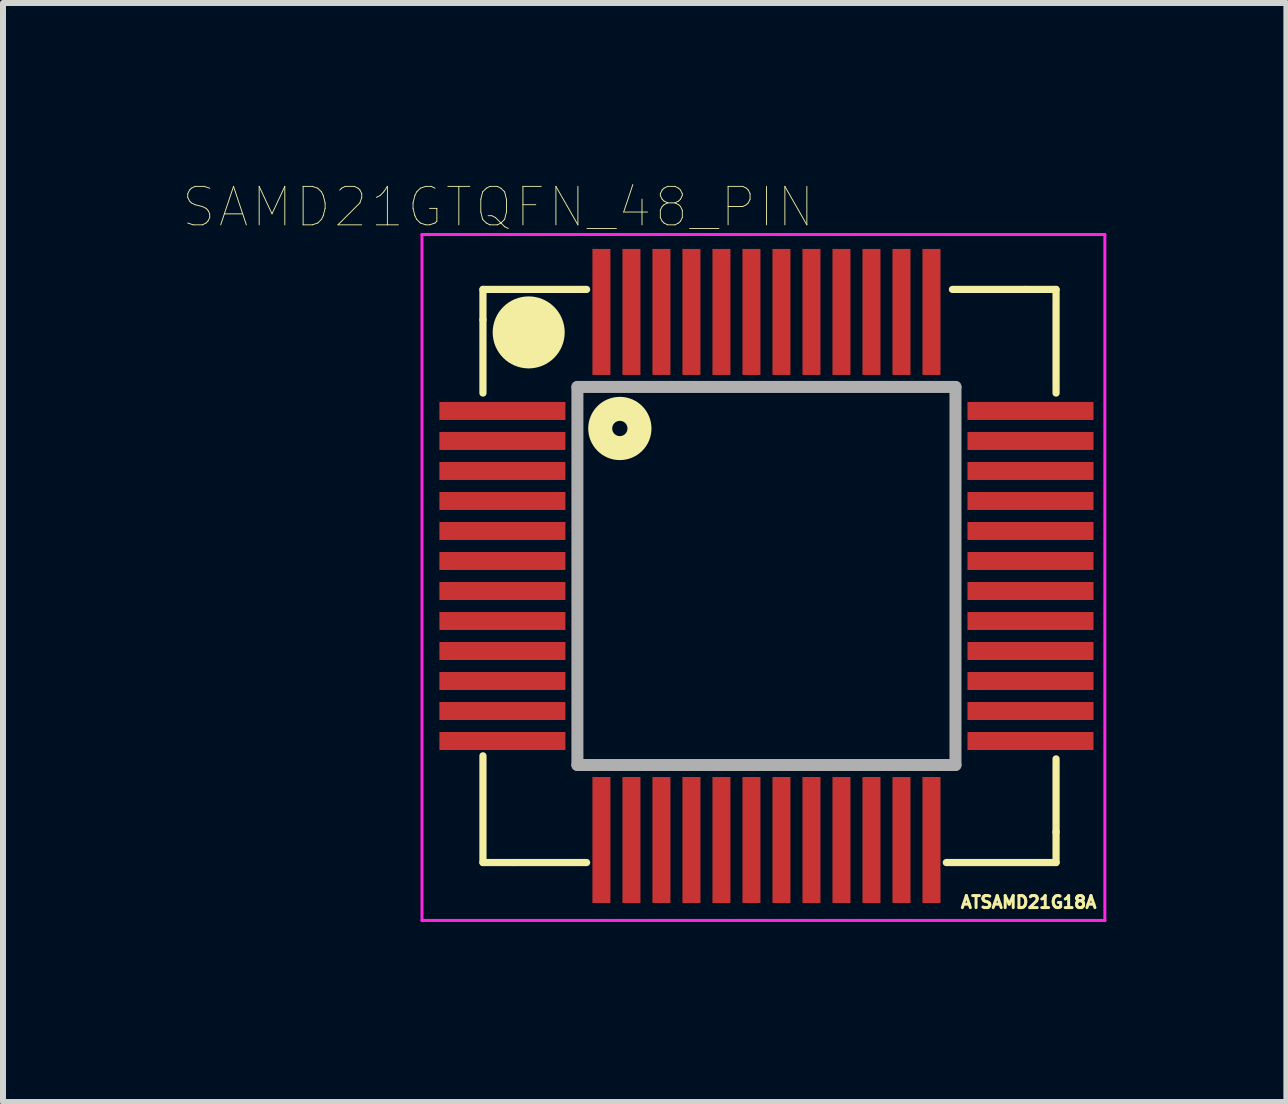
<source format=kicad_pcb>
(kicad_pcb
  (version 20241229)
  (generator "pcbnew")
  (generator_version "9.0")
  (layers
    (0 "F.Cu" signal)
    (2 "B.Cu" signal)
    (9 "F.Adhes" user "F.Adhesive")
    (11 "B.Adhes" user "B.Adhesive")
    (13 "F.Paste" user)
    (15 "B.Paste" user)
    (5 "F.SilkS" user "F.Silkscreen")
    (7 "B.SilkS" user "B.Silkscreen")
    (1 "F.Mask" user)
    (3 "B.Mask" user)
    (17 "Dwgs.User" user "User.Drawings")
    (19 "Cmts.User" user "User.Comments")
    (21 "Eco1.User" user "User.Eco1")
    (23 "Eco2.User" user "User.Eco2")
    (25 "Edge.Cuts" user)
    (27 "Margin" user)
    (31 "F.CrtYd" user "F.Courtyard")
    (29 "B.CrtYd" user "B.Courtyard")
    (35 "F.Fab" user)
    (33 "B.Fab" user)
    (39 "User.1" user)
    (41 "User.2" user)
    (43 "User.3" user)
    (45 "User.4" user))
  (footprint "SAMD21GTQFN_48_PIN"
    (layer "F.Cu")
    (at 9.722 6.548)
    (property "Reference" "SAMD21GTQFN_48_PIN" (at -4.47 -6.147 0) (layer "F.SilkS") (effects (font (size 0.641 0.641) (thickness 0.015))))
    (attr through_hole)
    (fp_line (start -4.724 -4.775) (end -2.997 -4.775) (stroke (width 0.12) (type solid)) (layer "F.SilkS"))
    (fp_line (start -4.724 -4.267) (end -4.724 -4.775) (stroke (width 0.12) (type solid)) (layer "F.SilkS"))
    (fp_line (start -4.724 -3.048) (end -4.724 -4.267) (stroke (width 0.12) (type solid)) (layer "F.SilkS"))
    (fp_line (start -4.724 4.775) (end -4.724 2.997) (stroke (width 0.12) (type solid)) (layer "F.SilkS"))
    (fp_line (start -4.216 4.775) (end -4.724 4.775) (stroke (width 0.12) (type solid)) (layer "F.SilkS"))
    (fp_line (start -2.997 4.775) (end -4.216 4.775) (stroke (width 0.12) (type solid)) (layer "F.SilkS"))
    (fp_line (start 3.099 -4.775) (end 4.318 -4.775) (stroke (width 0.12) (type solid)) (layer "F.SilkS"))
    (fp_line (start 4.318 -4.775) (end 4.826 -4.775) (stroke (width 0.12) (type solid)) (layer "F.SilkS"))
    (fp_line (start 4.826 -4.775) (end 4.826 -3.048) (stroke (width 0.12) (type solid)) (layer "F.SilkS"))
    (fp_line (start 4.826 3.048) (end 4.826 4.267) (stroke (width 0.12) (type solid)) (layer "F.SilkS"))
    (fp_line (start 4.826 4.267) (end 4.826 4.775) (stroke (width 0.12) (type solid)) (layer "F.SilkS"))
    (fp_line (start 4.826 4.775) (end 2.997 4.775) (stroke (width 0.12) (type solid)) (layer "F.SilkS"))
    (fp_circle (center -3.962 -4.059) (end -3.662 -4.059) (stroke (width 0.6) (type solid)) (fill no) (layer "F.SilkS"))
    (fp_circle (center -2.443 -2.458) (end -2.316 -2.458) (stroke (width 0.4) (type solid)) (fill no) (layer "F.SilkS"))
    (fp_line (start -5.74 -5.69) (end 5.639 -5.69) (stroke (width 0.05) (type solid)) (layer "F.CrtYd"))
    (fp_line (start -5.74 5.74) (end -5.74 -5.69) (stroke (width 0.05) (type solid)) (layer "F.CrtYd"))
    (fp_line (start 5.639 -5.69) (end 5.639 5.74) (stroke (width 0.05) (type solid)) (layer "F.CrtYd"))
    (fp_line (start 5.639 5.74) (end -5.74 5.74) (stroke (width 0.05) (type solid)) (layer "F.CrtYd"))
    (fp_line (start -3.15 3.15) (end -3.15 -3.15) (stroke (width 0.2) (type solid)) (layer "F.Fab"))
    (fp_line (start 3.15 -3.15) (end -3.15 -3.15) (stroke (width 0.2) (type solid)) (layer "F.Fab"))
    (fp_line (start 3.15 3.15) (end 3.15 -3.15) (stroke (width 0.2) (type solid)) (layer "F.Fab"))
    (fp_line (start 3.15 3.15) (end -3.15 3.15) (stroke (width 0.2) (type solid)) (layer "F.Fab"))
    (fp_text user "ATSAMD21G18A" (at 4.369 5.436 0) (layer "F.SilkS") (effects (font (size 0.2 0.2) (thickness 0.05))))
    (pad "1" smd rect (at -4.4 -2.75) (size 2.1 0.3) (layers "F.Cu" "F.Mask" "F.Paste"))
    (pad "2" smd rect (at -4.4 -2.25) (size 2.1 0.3) (layers "F.Cu" "F.Mask" "F.Paste"))
    (pad "3" smd rect (at -4.4 -1.75) (size 2.1 0.3) (layers "F.Cu" "F.Mask" "F.Paste"))
    (pad "4" smd rect (at -4.4 -1.25) (size 2.1 0.3) (layers "F.Cu" "F.Mask" "F.Paste"))
    (pad "5" smd rect (at -4.4 -0.75) (size 2.1 0.3) (layers "F.Cu" "F.Mask" "F.Paste"))
    (pad "6" smd rect (at -4.4 -0.25) (size 2.1 0.3) (layers "F.Cu" "F.Mask" "F.Paste"))
    (pad "7" smd rect (at -4.4 0.25) (size 2.1 0.3) (layers "F.Cu" "F.Mask" "F.Paste"))
    (pad "8" smd rect (at -4.4 0.75) (size 2.1 0.3) (layers "F.Cu" "F.Mask" "F.Paste"))
    (pad "9" smd rect (at -4.4 1.25) (size 2.1 0.3) (layers "F.Cu" "F.Mask" "F.Paste"))
    (pad "10" smd rect (at -4.4 1.75) (size 2.1 0.3) (layers "F.Cu" "F.Mask" "F.Paste"))
    (pad "11" smd rect (at -4.4 2.25) (size 2.1 0.3) (layers "F.Cu" "F.Mask" "F.Paste"))
    (pad "12" smd rect (at -4.4 2.75) (size 2.1 0.3) (layers "F.Cu" "F.Mask" "F.Paste"))
    (pad "13" smd rect (at -2.75 4.4) (size 0.3 2.1) (layers "F.Cu" "F.Mask" "F.Paste"))
    (pad "14" smd rect (at -2.25 4.4) (size 0.3 2.1) (layers "F.Cu" "F.Mask" "F.Paste"))
    (pad "15" smd rect (at -1.75 4.4) (size 0.3 2.1) (layers "F.Cu" "F.Mask" "F.Paste"))
    (pad "16" smd rect (at -1.25 4.4) (size 0.3 2.1) (layers "F.Cu" "F.Mask" "F.Paste"))
    (pad "17" smd rect (at -0.75 4.4) (size 0.3 2.1) (layers "F.Cu" "F.Mask" "F.Paste"))
    (pad "18" smd rect (at -0.25 4.4) (size 0.3 2.1) (layers "F.Cu" "F.Mask" "F.Paste"))
    (pad "19" smd rect (at 0.25 4.4) (size 0.3 2.1) (layers "F.Cu" "F.Mask" "F.Paste"))
    (pad "20" smd rect (at 0.75 4.4) (size 0.3 2.1) (layers "F.Cu" "F.Mask" "F.Paste"))
    (pad "21" smd rect (at 1.25 4.4) (size 0.3 2.1) (layers "F.Cu" "F.Mask" "F.Paste"))
    (pad "22" smd rect (at 1.75 4.4) (size 0.3 2.1) (layers "F.Cu" "F.Mask" "F.Paste"))
    (pad "23" smd rect (at 2.25 4.4) (size 0.3 2.1) (layers "F.Cu" "F.Mask" "F.Paste"))
    (pad "24" smd rect (at 2.75 4.4) (size 0.3 2.1) (layers "F.Cu" "F.Mask" "F.Paste"))
    (pad "25" smd rect (at 4.4 2.75) (size 2.1 0.3) (layers "F.Cu" "F.Mask" "F.Paste"))
    (pad "26" smd rect (at 4.4 2.25) (size 2.1 0.3) (layers "F.Cu" "F.Mask" "F.Paste"))
    (pad "27" smd rect (at 4.4 1.75) (size 2.1 0.3) (layers "F.Cu" "F.Mask" "F.Paste"))
    (pad "28" smd rect (at 4.4 1.25) (size 2.1 0.3) (layers "F.Cu" "F.Mask" "F.Paste"))
    (pad "29" smd rect (at 4.4 0.75) (size 2.1 0.3) (layers "F.Cu" "F.Mask" "F.Paste"))
    (pad "30" smd rect (at 4.4 0.25) (size 2.1 0.3) (layers "F.Cu" "F.Mask" "F.Paste"))
    (pad "31" smd rect (at 4.4 -0.25) (size 2.1 0.3) (layers "F.Cu" "F.Mask" "F.Paste"))
    (pad "32" smd rect (at 4.4 -0.75) (size 2.1 0.3) (layers "F.Cu" "F.Mask" "F.Paste"))
    (pad "33" smd rect (at 4.4 -1.25) (size 2.1 0.3) (layers "F.Cu" "F.Mask" "F.Paste"))
    (pad "34" smd rect (at 4.4 -1.75) (size 2.1 0.3) (layers "F.Cu" "F.Mask" "F.Paste"))
    (pad "35" smd rect (at 4.4 -2.25) (size 2.1 0.3) (layers "F.Cu" "F.Mask" "F.Paste"))
    (pad "36" smd rect (at 4.4 -2.75) (size 2.1 0.3) (layers "F.Cu" "F.Mask" "F.Paste"))
    (pad "37" smd rect (at 2.75 -4.4) (size 0.3 2.1) (layers "F.Cu" "F.Mask" "F.Paste"))
    (pad "38" smd rect (at 2.25 -4.4) (size 0.3 2.1) (layers "F.Cu" "F.Mask" "F.Paste"))
    (pad "39" smd rect (at 1.75 -4.4) (size 0.3 2.1) (layers "F.Cu" "F.Mask" "F.Paste"))
    (pad "40" smd rect (at 1.25 -4.4) (size 0.3 2.1) (layers "F.Cu" "F.Mask" "F.Paste"))
    (pad "41" smd rect (at 0.75 -4.4) (size 0.3 2.1) (layers "F.Cu" "F.Mask" "F.Paste"))
    (pad "42" smd rect (at 0.25 -4.4) (size 0.3 2.1) (layers "F.Cu" "F.Mask" "F.Paste"))
    (pad "43" smd rect (at -0.25 -4.4) (size 0.3 2.1) (layers "F.Cu" "F.Mask" "F.Paste"))
    (pad "44" smd rect (at -0.75 -4.4) (size 0.3 2.1) (layers "F.Cu" "F.Mask" "F.Paste"))
    (pad "45" smd rect (at -1.25 -4.4) (size 0.3 2.1) (layers "F.Cu" "F.Mask" "F.Paste"))
    (pad "46" smd rect (at -1.75 -4.4) (size 0.3 2.1) (layers "F.Cu" "F.Mask" "F.Paste"))
    (pad "47" smd rect (at -2.25 -4.4) (size 0.3 2.1) (layers "F.Cu" "F.Mask" "F.Paste"))
    (pad "48" smd rect (at -2.75 -4.4) (size 0.3 2.1) (layers "F.Cu" "F.Mask" "F.Paste")))
  (gr_rect
    (start -3 -3)
    (end 18.386 15.313)
    (stroke (width 0.1) (type default))
    (fill no)
    (layer "Edge.Cuts")))
</source>
